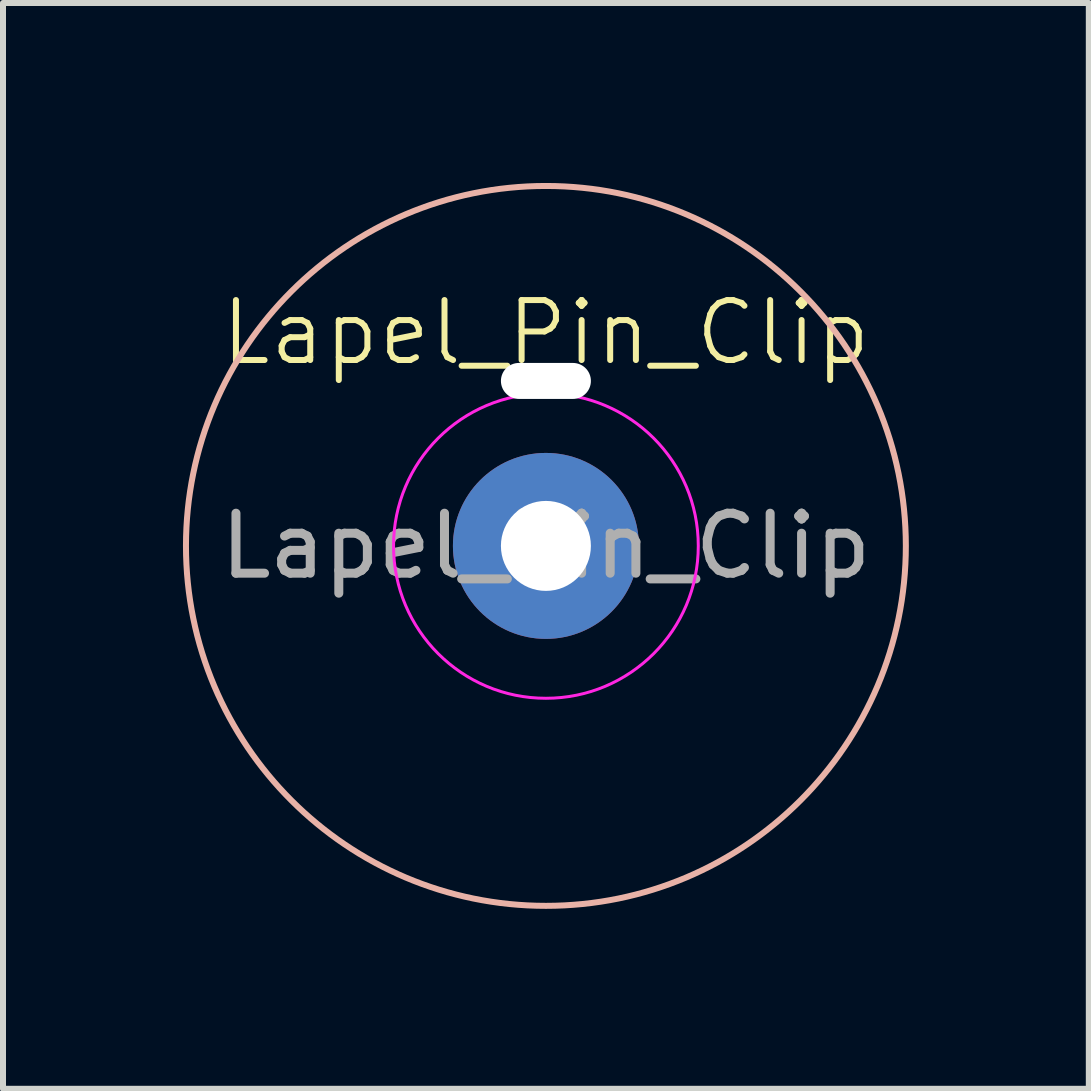
<source format=kicad_pcb>
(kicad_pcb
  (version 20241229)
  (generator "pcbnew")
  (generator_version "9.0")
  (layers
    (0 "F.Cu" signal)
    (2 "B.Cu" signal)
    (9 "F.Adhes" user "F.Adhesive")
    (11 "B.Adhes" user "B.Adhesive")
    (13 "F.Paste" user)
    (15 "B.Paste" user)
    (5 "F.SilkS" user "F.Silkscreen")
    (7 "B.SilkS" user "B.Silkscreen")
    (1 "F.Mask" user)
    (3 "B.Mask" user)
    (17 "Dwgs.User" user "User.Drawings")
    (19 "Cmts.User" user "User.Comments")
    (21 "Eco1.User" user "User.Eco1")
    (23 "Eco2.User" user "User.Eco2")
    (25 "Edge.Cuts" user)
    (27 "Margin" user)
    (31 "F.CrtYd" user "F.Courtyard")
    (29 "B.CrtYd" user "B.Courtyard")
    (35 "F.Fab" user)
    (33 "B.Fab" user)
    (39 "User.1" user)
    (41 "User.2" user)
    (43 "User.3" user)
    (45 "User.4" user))
  (footprint "Lapel_Pin_Clip"
    (layer "F.Cu")
    (at 6.05 6.05)
    (property "Reference" "Lapel_Pin_Clip" (at 0 -3.556 0) (unlocked yes) (layer "F.SilkS") (effects (font (size 1 1) (thickness 0.1))))
    (attr through_hole)
    (fp_circle (center 0 0) (end 6 0) (stroke (width 0.1) (type default)) (fill no) (layer "B.SilkS"))
    (fp_circle (center 0 0) (end 2.032 -1.524) (stroke (width 0.05) (type default)) (fill no) (layer "F.CrtYd"))
    (fp_text user "${REFERENCE}" (at 0 0 0) (unlocked yes) (layer "F.Fab") (effects (font (size 1 1) (thickness 0.15))))
    (pad "" np_thru_hole oval (at 0 -2.75) (size 1.5 0.6) (drill oval 1.5 0.6) (layers "*.Cu" "*.Mask"))
    (pad "1" thru_hole circle (at 0 0) (size 3.1 3.1) (drill 1.5) (layers "*.Cu" "*.Mask")))
  (gr_rect
    (start -3 -3)
    (end 15.1 15.1)
    (stroke (width 0.1) (type default))
    (fill no)
    (layer "Edge.Cuts")))
</source>
